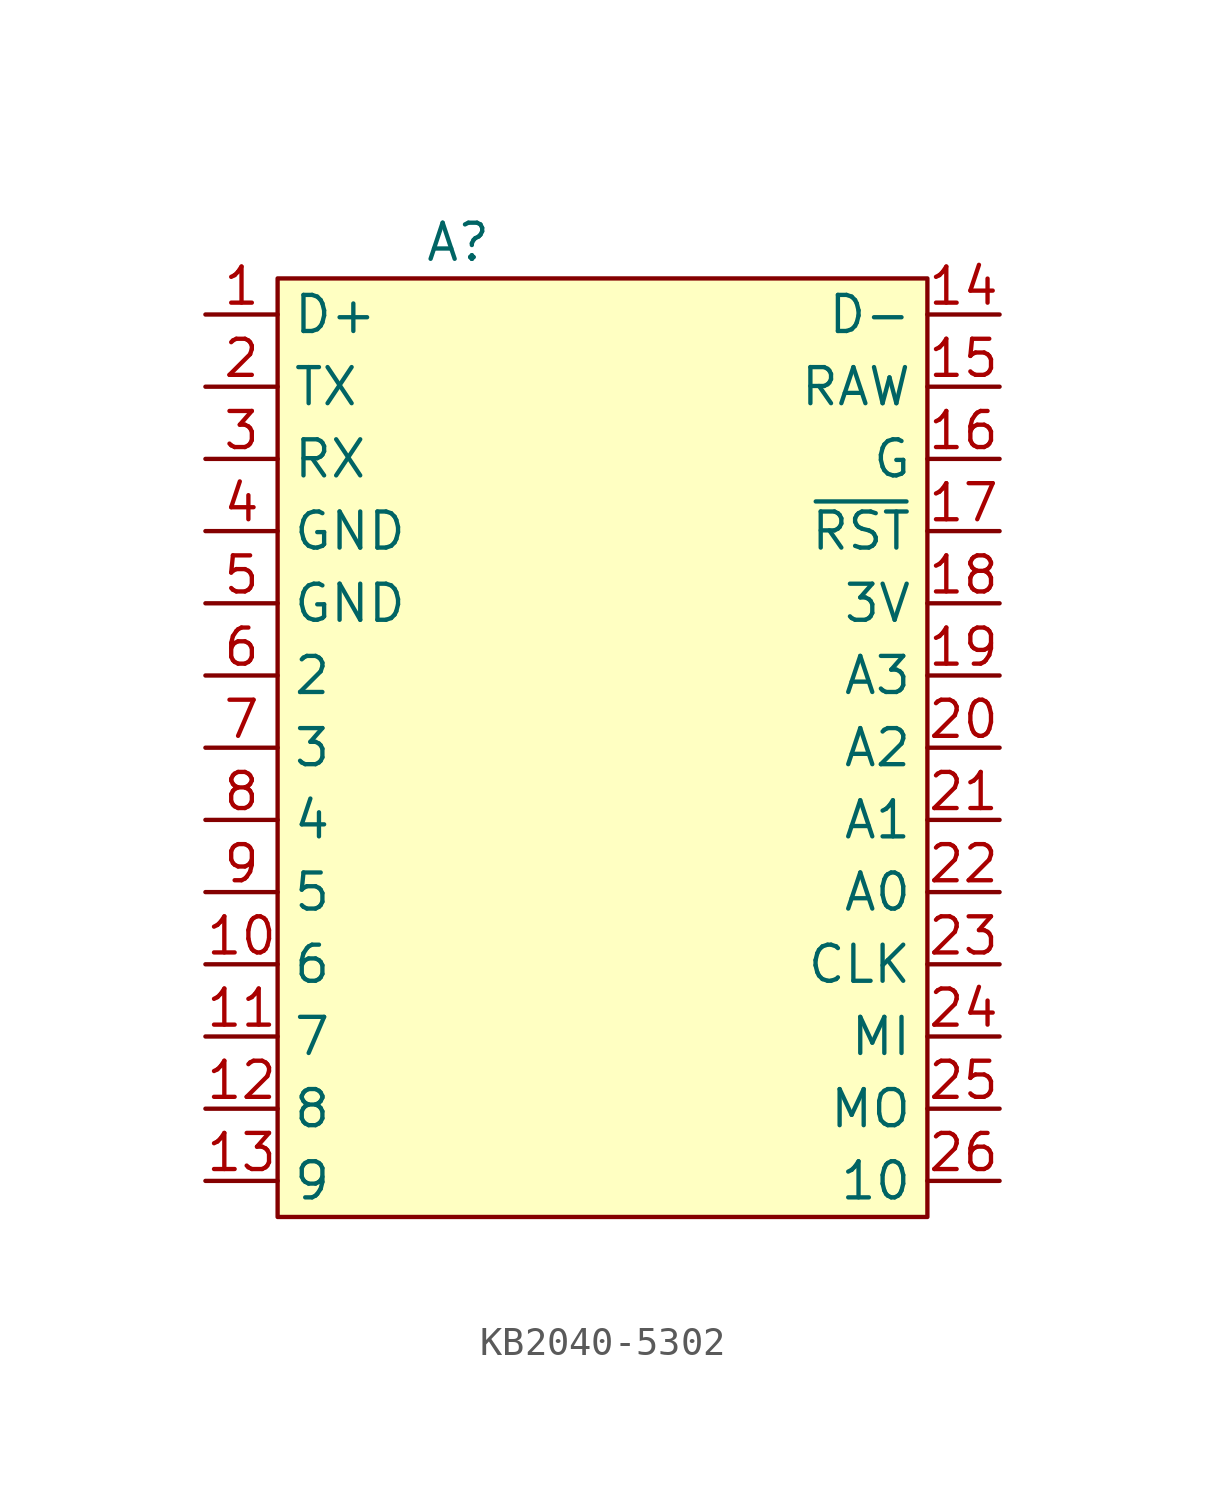
<source format=kicad_sym>
(kicad_symbol_lib
  (version 20241209)
  (generator "kicad_symbol_editor")
  (generator_version "9.0")
  (symbol "KB2040-5302"
    (property "Reference" "A"
      (at -5.08 17.78 0)
      (effects (font (size 1.27 1.27))))
    (property "Value" ""
      (at 0 0 0)
      (effects (font (size 1.27 1.27))))
    (symbol "KB2040-5302_1_1"
      (rectangle (start -11.43 16.51) (end 11.43 -16.51) (stroke (width 0) (type solid)) (fill (type background)))
      (pin bidirectional line (at -13.97 15.24 0) (length 2.54) (name "D+" (effects (font (size 1.27 1.27)))) (number "1" (effects (font (size 1.27 1.27)))))
      (pin output line (at -13.97 12.7 0) (length 2.54) (name "TX" (effects (font (size 1.27 1.27)))) (number "2" (effects (font (size 1.27 1.27)))) (alternate "D0" bidirectional line) (alternate "GPIO0" bidirectional line) (alternate "PIO0" bidirectional line) (alternate "PIO1" bidirectional line) (alternate "PWM0A" output line) (alternate "SDA0" bidirectional line) (alternate "SIO" bidirectional line) (alternate "SPI0_RX" input line) (alternate "UART0_TX" output line))
      (pin input line (at -13.97 10.16 0) (length 2.54) (name "RX" (effects (font (size 1.27 1.27)))) (number "3" (effects (font (size 1.27 1.27)))) (alternate "D1" bidirectional line) (alternate "GPIO1" bidirectional line) (alternate "PIO0" bidirectional line) (alternate "PIO1" input line) (alternate "PWM0B" output line) (alternate "SCL0" bidirectional line) (alternate "SIO" bidirectional line) (alternate "SPI0_~{CS}" output line) (alternate "UART0_RX" input line))
      (pin power_in line (at -13.97 7.62 0) (length 2.54) (name "GND" (effects (font (size 1.27 1.27)))) (number "4" (effects (font (size 1.27 1.27)))))
      (pin power_in line (at -13.97 5.08 0) (length 2.54) (name "GND" (effects (font (size 1.27 1.27)))) (number "5" (effects (font (size 1.27 1.27)))))
      (pin bidirectional line (at -13.97 2.54 0) (length 2.54) (name "2" (effects (font (size 1.27 1.27)))) (number "6" (effects (font (size 1.27 1.27)))) (alternate "D2" bidirectional line) (alternate "GPIO2" bidirectional line) (alternate "PIO0" bidirectional line) (alternate "PIO1" bidirectional line) (alternate "PWM1A" output line) (alternate "SDA1" bidirectional line) (alternate "SIO" bidirectional line) (alternate "SPI0_SCK" output line) (alternate "UART0_~{CTS}" bidirectional line))
      (pin bidirectional line (at -13.97 0 0) (length 2.54) (name "3" (effects (font (size 1.27 1.27)))) (number "7" (effects (font (size 1.27 1.27)))) (alternate "D3" bidirectional line) (alternate "GPIO3" bidirectional line) (alternate "PIO0" bidirectional line) (alternate "PIO1" bidirectional line) (alternate "PWM1B" output line) (alternate "SCL1" bidirectional line) (alternate "SIO" bidirectional line) (alternate "SPI0_TX" output line) (alternate "UART0_~{RTS}" bidirectional line))
      (pin bidirectional line (at -13.97 -2.54 0) (length 2.54) (name "4" (effects (font (size 1.27 1.27)))) (number "8" (effects (font (size 1.27 1.27)))) (alternate "D4" bidirectional line) (alternate "GPIO4" bidirectional line) (alternate "PIO0" bidirectional line) (alternate "PIO1" bidirectional line) (alternate "PWM2A" output line) (alternate "SDA0" bidirectional line) (alternate "SIO" bidirectional line) (alternate "SPI0_RX" input line) (alternate "UART1_TX" output line))
      (pin bidirectional line (at -13.97 -5.08 0) (length 2.54) (name "5" (effects (font (size 1.27 1.27)))) (number "9" (effects (font (size 1.27 1.27)))) (alternate "D5" bidirectional line) (alternate "GPIO5" bidirectional line) (alternate "PIO0" bidirectional line) (alternate "PIO1" bidirectional line) (alternate "PWM2B" output line) (alternate "SCL0" bidirectional line) (alternate "SIO" bidirectional line) (alternate "SPI0_~{CS}" output line) (alternate "UART1_RX" input line))
      (pin bidirectional line (at -13.97 -7.62 0) (length 2.54) (name "6" (effects (font (size 1.27 1.27)))) (number "10" (effects (font (size 1.27 1.27)))) (alternate "D6" bidirectional line) (alternate "GPIO6" bidirectional line) (alternate "PIO0" bidirectional line) (alternate "PIO1" bidirectional line) (alternate "PWM3A" output line) (alternate "SDA1" bidirectional line) (alternate "SIO" bidirectional line) (alternate "SPI0_SCK" output line) (alternate "UART1_~{CTS}" bidirectional line))
      (pin bidirectional line (at -13.97 -10.16 0) (length 2.54) (name "7" (effects (font (size 1.27 1.27)))) (number "11" (effects (font (size 1.27 1.27)))) (alternate "D7" bidirectional line) (alternate "GPIO7" bidirectional line) (alternate "PIO0" bidirectional line) (alternate "PIO1" bidirectional line) (alternate "PWM3B" output line) (alternate "SCL1" bidirectional line) (alternate "SIO" bidirectional line) (alternate "SPI0_TX" output line) (alternate "UART1_~{RTS}" bidirectional line))
      (pin bidirectional line (at -13.97 -12.7 0) (length 2.54) (name "8" (effects (font (size 1.27 1.27)))) (number "12" (effects (font (size 1.27 1.27)))) (alternate "D8" bidirectional line) (alternate "GPIO8" bidirectional line) (alternate "PIO0" bidirectional line) (alternate "PIO1" bidirectional line) (alternate "PWM4A" output line) (alternate "SDA0" bidirectional line) (alternate "SIO" bidirectional line) (alternate "SPI1_RX" input line) (alternate "UART1_TX" output line))
      (pin bidirectional line (at -13.97 -15.24 0) (length 2.54) (name "9" (effects (font (size 1.27 1.27)))) (number "13" (effects (font (size 1.27 1.27)))) (alternate "D9" bidirectional line) (alternate "GPIO9" bidirectional line) (alternate "PIO0" bidirectional line) (alternate "PIO1" bidirectional line) (alternate "PWM4B" input line) (alternate "SCL0" bidirectional line) (alternate "SIO" bidirectional line) (alternate "SPI1_~{CS}" output line) (alternate "UART1_RX" input line))
      (pin bidirectional line (at 13.97 15.24 180) (length 2.54) (name "D-" (effects (font (size 1.27 1.27)))) (number "14" (effects (font (size 1.27 1.27)))))
      (pin power_out line (at 13.97 12.7 180) (length 2.54) (name "RAW" (effects (font (size 1.27 1.27)))) (number "15" (effects (font (size 1.27 1.27)))) (alternate "RAW_IN" power_in line))
      (pin power_in line (at 13.97 10.16 180) (length 2.54) (name "G" (effects (font (size 1.27 1.27)))) (number "16" (effects (font (size 1.27 1.27)))))
      (pin input line (at 13.97 7.62 180) (length 2.54) (name "~{RST}" (effects (font (size 1.27 1.27)))) (number "17" (effects (font (size 1.27 1.27)))))
      (pin power_out line (at 13.97 5.08 180) (length 2.54) (name "3V" (effects (font (size 1.27 1.27)))) (number "18" (effects (font (size 1.27 1.27)))))
      (pin bidirectional line (at 13.97 2.54 180) (length 2.54) (name "A3" (effects (font (size 1.27 1.27)))) (number "19" (effects (font (size 1.27 1.27)))) (alternate "A3" bidirectional line) (alternate "ADC3" input line) (alternate "GPIO29" bidirectional line) (alternate "PIO0" bidirectional line) (alternate "PIO1" bidirectional line) (alternate "PWM6B" output line) (alternate "SCL0" bidirectional line) (alternate "SIO" bidirectional line) (alternate "SPI1_~{CS}" output line) (alternate "UART0_RX" input line))
      (pin bidirectional line (at 13.97 0 180) (length 2.54) (name "A2" (effects (font (size 1.27 1.27)))) (number "20" (effects (font (size 1.27 1.27)))) (alternate "A2" bidirectional line) (alternate "ADC2" input line) (alternate "GPIO28" bidirectional line) (alternate "PIO0" bidirectional line) (alternate "PIO1" bidirectional line) (alternate "PWM6A" output line) (alternate "SDA0" bidirectional line) (alternate "SIO" bidirectional line) (alternate "SPI1_RX" input line) (alternate "UART0_TX" output line))
      (pin bidirectional line (at 13.97 -2.54 180) (length 2.54) (name "A1" (effects (font (size 1.27 1.27)))) (number "21" (effects (font (size 1.27 1.27)))) (alternate "A1" bidirectional line) (alternate "ADC1" input line) (alternate "GPIO27" bidirectional line) (alternate "PIO0" bidirectional line) (alternate "PIO1" bidirectional line) (alternate "PWM5B" output line) (alternate "SCL1" bidirectional line) (alternate "SIO" bidirectional line) (alternate "SPI1_RX" output line) (alternate "UART1_~{RTS}" bidirectional line))
      (pin bidirectional line (at 13.97 -5.08 180) (length 2.54) (name "A0" (effects (font (size 1.27 1.27)))) (number "22" (effects (font (size 1.27 1.27)))) (alternate "A0" bidirectional line) (alternate "ADC0" input line) (alternate "GPIO26" bidirectional line) (alternate "PIO0" bidirectional line) (alternate "PIO1" bidirectional line) (alternate "PWM5A" output line) (alternate "SDA1" bidirectional line) (alternate "SIO" bidirectional line) (alternate "SPI1_SCK" output line) (alternate "UART1_~{CTS}" bidirectional line))
      (pin output line (at 13.97 -7.62 180) (length 2.54) (name "CLK" (effects (font (size 1.27 1.27)))) (number "23" (effects (font (size 1.27 1.27)))) (alternate "GPIO18" bidirectional line) (alternate "PIO0" bidirectional line) (alternate "PIO1" bidirectional line) (alternate "PWM1A" output line) (alternate "SCK" output line) (alternate "SDA1" bidirectional line) (alternate "SIO" bidirectional line) (alternate "SPI0_SCK" output line) (alternate "UART0_~{CTS}" bidirectional line))
      (pin input line (at 13.97 -10.16 180) (length 2.54) (name "MI" (effects (font (size 1.27 1.27)))) (number "24" (effects (font (size 1.27 1.27)))) (alternate "GPIO20" bidirectional line) (alternate "MISO" input line) (alternate "PIO0" bidirectional line) (alternate "PIO1" bidirectional line) (alternate "PWM2A" output line) (alternate "SDA0" bidirectional line) (alternate "SIO" bidirectional line) (alternate "SPI0_RX" input line) (alternate "UART1_TX" output line))
      (pin output line (at 13.97 -12.7 180) (length 2.54) (name "MO" (effects (font (size 1.27 1.27)))) (number "25" (effects (font (size 1.27 1.27)))) (alternate "GPIO19" bidirectional line) (alternate "MOSI" output line) (alternate "PIO0" bidirectional line) (alternate "PIO1" bidirectional line) (alternate "PWM1B" output line) (alternate "SCL1" bidirectional line) (alternate "SIO" bidirectional line) (alternate "SPI0_TX" output line) (alternate "UART0_~{RTS}" bidirectional line))
      (pin bidirectional line (at 13.97 -15.24 180) (length 2.54) (name "10" (effects (font (size 1.27 1.27)))) (number "26" (effects (font (size 1.27 1.27)))) (alternate "D10" bidirectional line) (alternate "GPIO10" bidirectional line) (alternate "PIO0" bidirectional line) (alternate "PIO1" bidirectional line) (alternate "PWM5A" output line) (alternate "SDA1" bidirectional line) (alternate "SIO" bidirectional line) (alternate "SPI1_SCK" output line) (alternate "UART1_~{CTS}" bidirectional line)))))
</source>
